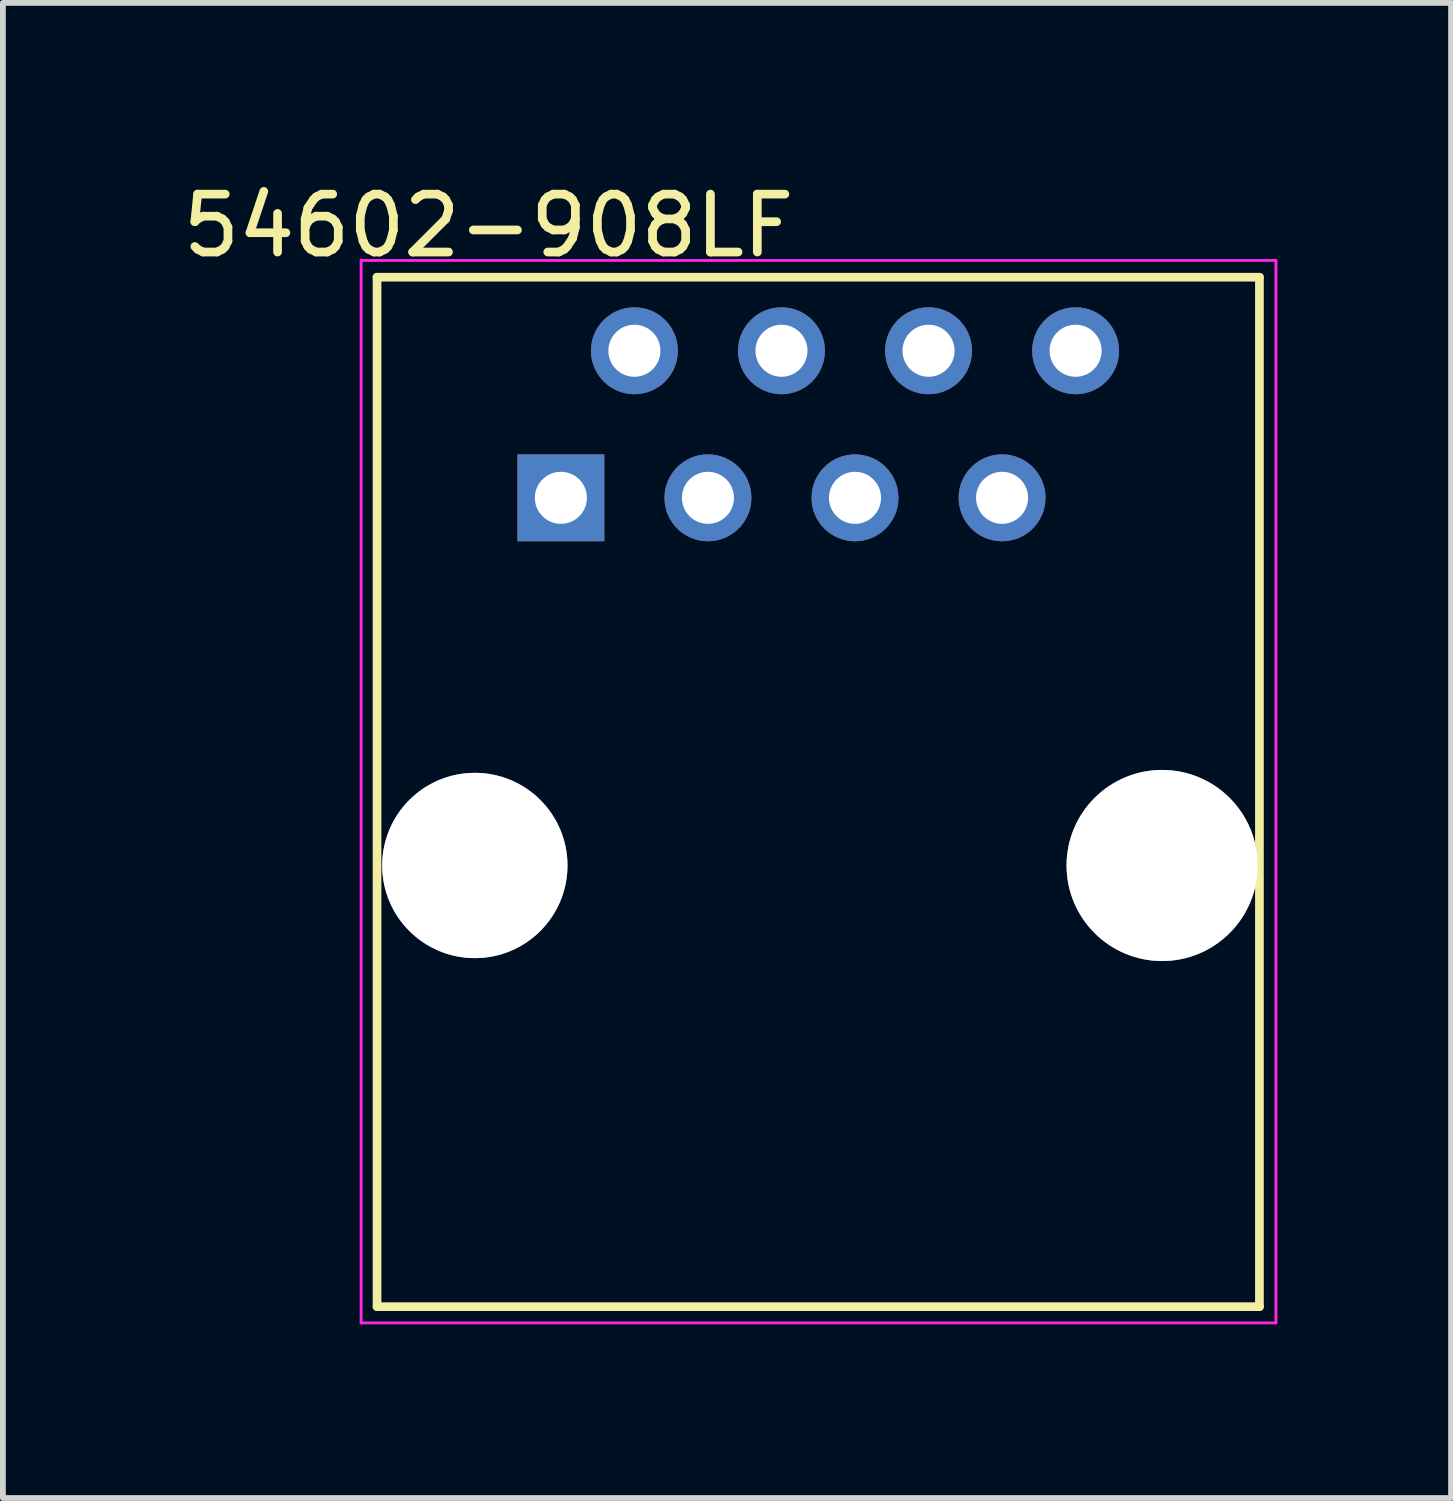
<source format=kicad_pcb>
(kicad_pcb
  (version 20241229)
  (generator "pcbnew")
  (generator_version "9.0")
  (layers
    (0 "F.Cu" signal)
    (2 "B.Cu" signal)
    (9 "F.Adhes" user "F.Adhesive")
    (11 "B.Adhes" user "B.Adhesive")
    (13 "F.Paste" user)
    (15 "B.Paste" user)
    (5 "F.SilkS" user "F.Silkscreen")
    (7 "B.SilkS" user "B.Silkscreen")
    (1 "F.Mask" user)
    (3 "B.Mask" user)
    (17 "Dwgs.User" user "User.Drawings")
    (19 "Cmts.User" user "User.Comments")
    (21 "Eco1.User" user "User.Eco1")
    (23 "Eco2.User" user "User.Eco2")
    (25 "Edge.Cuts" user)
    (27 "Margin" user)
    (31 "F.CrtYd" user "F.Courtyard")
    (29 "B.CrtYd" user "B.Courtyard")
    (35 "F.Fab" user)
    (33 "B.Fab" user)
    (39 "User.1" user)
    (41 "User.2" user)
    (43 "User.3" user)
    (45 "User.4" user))
  (footprint "54602-908LF"
    (layer "F.Cu")
    (at 6.637 5.548)
    (property "Reference" "54602-908LF" (at -1.25 -4.7 0) (layer "F.SilkS") (effects (font (size 1 1) (thickness 0.15))))
    (attr through_hole)
    (fp_line (start -3.175 -3.81) (end -3.175 13.97) (stroke (width 0.15) (type solid)) (layer "F.SilkS"))
    (fp_line (start -3.175 13.97) (end 12.065 13.97) (stroke (width 0.15) (type solid)) (layer "F.SilkS"))
    (fp_line (start 12.065 -3.81) (end -3.175 -3.81) (stroke (width 0.15) (type solid)) (layer "F.SilkS"))
    (fp_line (start 12.065 -3.81) (end 12.065 13.97) (stroke (width 0.15) (type solid)) (layer "F.SilkS"))
    (fp_line (start -3.45 -4.1) (end -3.45 14.25) (stroke (width 0.05) (type solid)) (layer "F.CrtYd"))
    (fp_line (start -3.45 -4.1) (end 12.35 -4.1) (stroke (width 0.05) (type solid)) (layer "F.CrtYd"))
    (fp_line (start -3.45 14.25) (end 12.35 14.25) (stroke (width 0.05) (type solid)) (layer "F.CrtYd"))
    (fp_line (start 12.35 -4.1) (end 12.35 14.25) (stroke (width 0.05) (type solid)) (layer "F.CrtYd"))
    (pad "1" thru_hole rect (at 0 0) (size 1.501 1.501) (drill 0.899) (layers "*.Cu" "*.Mask"))
    (pad "2" thru_hole circle (at 1.27 -2.54) (size 1.501 1.501) (drill 0.899) (layers "*.Cu" "*.Mask"))
    (pad "3" thru_hole circle (at 2.54 0) (size 1.501 1.501) (drill 0.899) (layers "*.Cu" "*.Mask"))
    (pad "4" thru_hole circle (at 3.81 -2.54) (size 1.501 1.501) (drill 0.899) (layers "*.Cu" "*.Mask"))
    (pad "5" thru_hole circle (at 5.08 0) (size 1.501 1.501) (drill 0.899) (layers "*.Cu" "*.Mask"))
    (pad "6" thru_hole circle (at 6.35 -2.54) (size 1.501 1.501) (drill 0.899) (layers "*.Cu" "*.Mask"))
    (pad "7" thru_hole circle (at 7.62 0) (size 1.501 1.501) (drill 0.899) (layers "*.Cu" "*.Mask"))
    (pad "8" thru_hole circle (at 8.89 -2.54) (size 1.501 1.501) (drill 0.899) (layers "*.Cu" "*.Mask"))
    (pad "Hole" thru_hole circle (at -1.486 6.35) (size 3.2 3.2) (drill 3.2) (layers "*.Cu" "*.Mask"))
    (pad "Hole" thru_hole circle (at 10.384 6.35) (size 3.3 3.3) (drill 3.3) (layers "*.Cu" "*.Mask")))
  (gr_rect
    (start -3 -3)
    (end 22.012 22.823)
    (stroke (width 0.1) (type default))
    (fill no)
    (layer "Edge.Cuts")))
</source>
